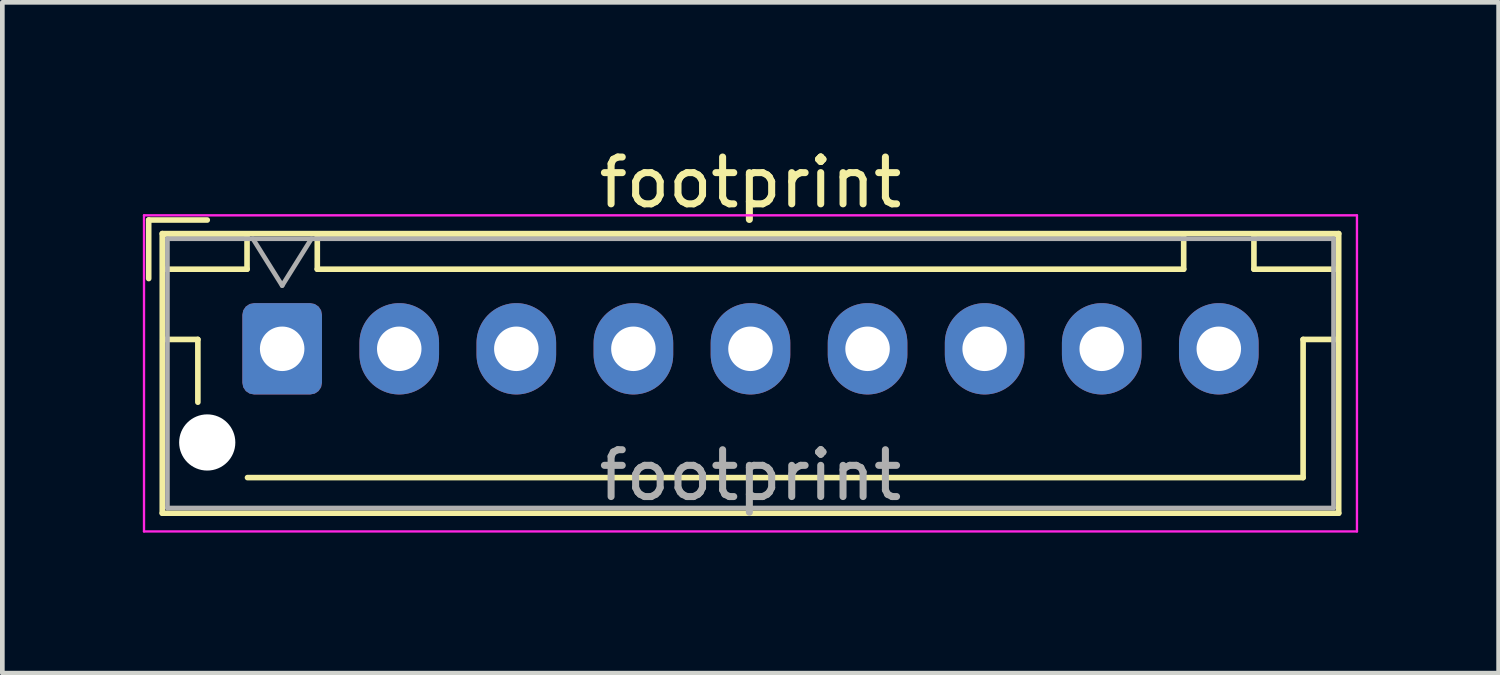
<source format=kicad_pcb>
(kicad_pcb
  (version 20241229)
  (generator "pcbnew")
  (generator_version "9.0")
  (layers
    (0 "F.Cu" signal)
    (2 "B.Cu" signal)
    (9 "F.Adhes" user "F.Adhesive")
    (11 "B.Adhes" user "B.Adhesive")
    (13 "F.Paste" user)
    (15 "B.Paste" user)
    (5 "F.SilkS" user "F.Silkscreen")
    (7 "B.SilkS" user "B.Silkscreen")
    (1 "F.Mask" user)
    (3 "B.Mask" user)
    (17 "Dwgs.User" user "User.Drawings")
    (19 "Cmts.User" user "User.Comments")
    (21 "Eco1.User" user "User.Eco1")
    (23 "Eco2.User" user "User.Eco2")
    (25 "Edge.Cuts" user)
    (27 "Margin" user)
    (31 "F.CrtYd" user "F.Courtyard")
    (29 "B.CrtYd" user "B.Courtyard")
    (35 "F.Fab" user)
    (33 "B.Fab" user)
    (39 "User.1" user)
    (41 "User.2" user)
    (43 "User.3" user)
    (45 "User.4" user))
  (footprint "footprint"
    (layer "F.Cu")
    (at 2.975 4.398)
    (property "Reference" "footprint" (at 10 -3.55 0) (layer "F.SilkS") (effects (font (size 1 1) (thickness 0.15))))
    (attr through_hole)
    (fp_line (start -2.85 -2.75) (end -2.85 -1.5) (stroke (width 0.12) (type solid)) (layer "F.SilkS"))
    (fp_line (start -2.56 -2.46) (end -2.56 3.51) (stroke (width 0.12) (type solid)) (layer "F.SilkS"))
    (fp_line (start -2.56 3.51) (end 22.56 3.51) (stroke (width 0.12) (type solid)) (layer "F.SilkS"))
    (fp_line (start -2.55 -2.45) (end -2.55 -1.7) (stroke (width 0.12) (type solid)) (layer "F.SilkS"))
    (fp_line (start -2.55 -1.7) (end -0.75 -1.7) (stroke (width 0.12) (type solid)) (layer "F.SilkS"))
    (fp_line (start -2.55 -0.2) (end -1.8 -0.2) (stroke (width 0.12) (type solid)) (layer "F.SilkS"))
    (fp_line (start -1.8 -0.2) (end -1.8 1.14) (stroke (width 0.12) (type solid)) (layer "F.SilkS"))
    (fp_line (start -1.6 -2.75) (end -2.85 -2.75) (stroke (width 0.12) (type solid)) (layer "F.SilkS"))
    (fp_line (start -0.75 -2.45) (end -2.55 -2.45) (stroke (width 0.12) (type solid)) (layer "F.SilkS"))
    (fp_line (start -0.75 -1.7) (end -0.75 -2.45) (stroke (width 0.12) (type solid)) (layer "F.SilkS"))
    (fp_line (start 0.75 -2.45) (end 0.75 -1.7) (stroke (width 0.12) (type solid)) (layer "F.SilkS"))
    (fp_line (start 0.75 -1.7) (end 19.25 -1.7) (stroke (width 0.12) (type solid)) (layer "F.SilkS"))
    (fp_line (start 10 2.75) (end -0.74 2.75) (stroke (width 0.12) (type solid)) (layer "F.SilkS"))
    (fp_line (start 19.25 -2.45) (end 0.75 -2.45) (stroke (width 0.12) (type solid)) (layer "F.SilkS"))
    (fp_line (start 19.25 -1.7) (end 19.25 -2.45) (stroke (width 0.12) (type solid)) (layer "F.SilkS"))
    (fp_line (start 20.75 -2.45) (end 20.75 -1.7) (stroke (width 0.12) (type solid)) (layer "F.SilkS"))
    (fp_line (start 20.75 -1.7) (end 22.55 -1.7) (stroke (width 0.12) (type solid)) (layer "F.SilkS"))
    (fp_line (start 21.8 -0.2) (end 21.8 2.75) (stroke (width 0.12) (type solid)) (layer "F.SilkS"))
    (fp_line (start 21.8 2.75) (end 10 2.75) (stroke (width 0.12) (type solid)) (layer "F.SilkS"))
    (fp_line (start 22.55 -2.45) (end 20.75 -2.45) (stroke (width 0.12) (type solid)) (layer "F.SilkS"))
    (fp_line (start 22.55 -1.7) (end 22.55 -2.45) (stroke (width 0.12) (type solid)) (layer "F.SilkS"))
    (fp_line (start 22.55 -0.2) (end 21.8 -0.2) (stroke (width 0.12) (type solid)) (layer "F.SilkS"))
    (fp_line (start 22.56 -2.46) (end -2.56 -2.46) (stroke (width 0.12) (type solid)) (layer "F.SilkS"))
    (fp_line (start 22.56 3.51) (end 22.56 -2.46) (stroke (width 0.12) (type solid)) (layer "F.SilkS"))
    (fp_line (start -2.95 -2.85) (end -2.95 3.9) (stroke (width 0.05) (type solid)) (layer "F.CrtYd"))
    (fp_line (start -2.95 3.9) (end 22.95 3.9) (stroke (width 0.05) (type solid)) (layer "F.CrtYd"))
    (fp_line (start 22.95 -2.85) (end -2.95 -2.85) (stroke (width 0.05) (type solid)) (layer "F.CrtYd"))
    (fp_line (start 22.95 3.9) (end 22.95 -2.85) (stroke (width 0.05) (type solid)) (layer "F.CrtYd"))
    (fp_line (start -2.45 -2.35) (end -2.45 3.4) (stroke (width 0.1) (type solid)) (layer "F.Fab"))
    (fp_line (start -2.45 3.4) (end 22.45 3.4) (stroke (width 0.1) (type solid)) (layer "F.Fab"))
    (fp_line (start -0.625 -2.35) (end 0 -1.35) (stroke (width 0.1) (type solid)) (layer "F.Fab"))
    (fp_line (start 0 -1.35) (end 0.625 -2.35) (stroke (width 0.1) (type solid)) (layer "F.Fab"))
    (fp_line (start 22.45 -2.35) (end -2.45 -2.35) (stroke (width 0.1) (type solid)) (layer "F.Fab"))
    (fp_line (start 22.45 3.4) (end 22.45 -2.35) (stroke (width 0.1) (type solid)) (layer "F.Fab"))
    (fp_text user "${REFERENCE}" (at 10 2.7 0) (layer "F.Fab") (effects (font (size 1 1) (thickness 0.15))))
    (pad "" np_thru_hole circle (at -1.6 2) (size 1.2 1.2) (drill 1.2) (layers "*.Cu" "*.Mask"))
    (pad "1" thru_hole roundrect (at 0 0) (size 1.7 1.95) (drill 0.95) (layers "*.Cu" "*.Mask") (roundrect_rratio 0.147))
    (pad "2" thru_hole oval (at 2.5 0) (size 1.7 1.95) (drill 0.95) (layers "*.Cu" "*.Mask"))
    (pad "3" thru_hole oval (at 5 0) (size 1.7 1.95) (drill 0.95) (layers "*.Cu" "*.Mask"))
    (pad "4" thru_hole oval (at 7.5 0) (size 1.7 1.95) (drill 0.95) (layers "*.Cu" "*.Mask"))
    (pad "5" thru_hole oval (at 10 0) (size 1.7 1.95) (drill 0.95) (layers "*.Cu" "*.Mask"))
    (pad "6" thru_hole oval (at 12.5 0) (size 1.7 1.95) (drill 0.95) (layers "*.Cu" "*.Mask"))
    (pad "7" thru_hole oval (at 15 0) (size 1.7 1.95) (drill 0.95) (layers "*.Cu" "*.Mask"))
    (pad "8" thru_hole oval (at 17.5 0) (size 1.7 1.95) (drill 0.95) (layers "*.Cu" "*.Mask"))
    (pad "9" thru_hole oval (at 20 0) (size 1.7 1.95) (drill 0.95) (layers "*.Cu" "*.Mask")))
  (gr_rect
    (start -3 -3)
    (end 28.95 11.323)
    (stroke (width 0.1) (type default))
    (fill no)
    (layer "Edge.Cuts")))
</source>
